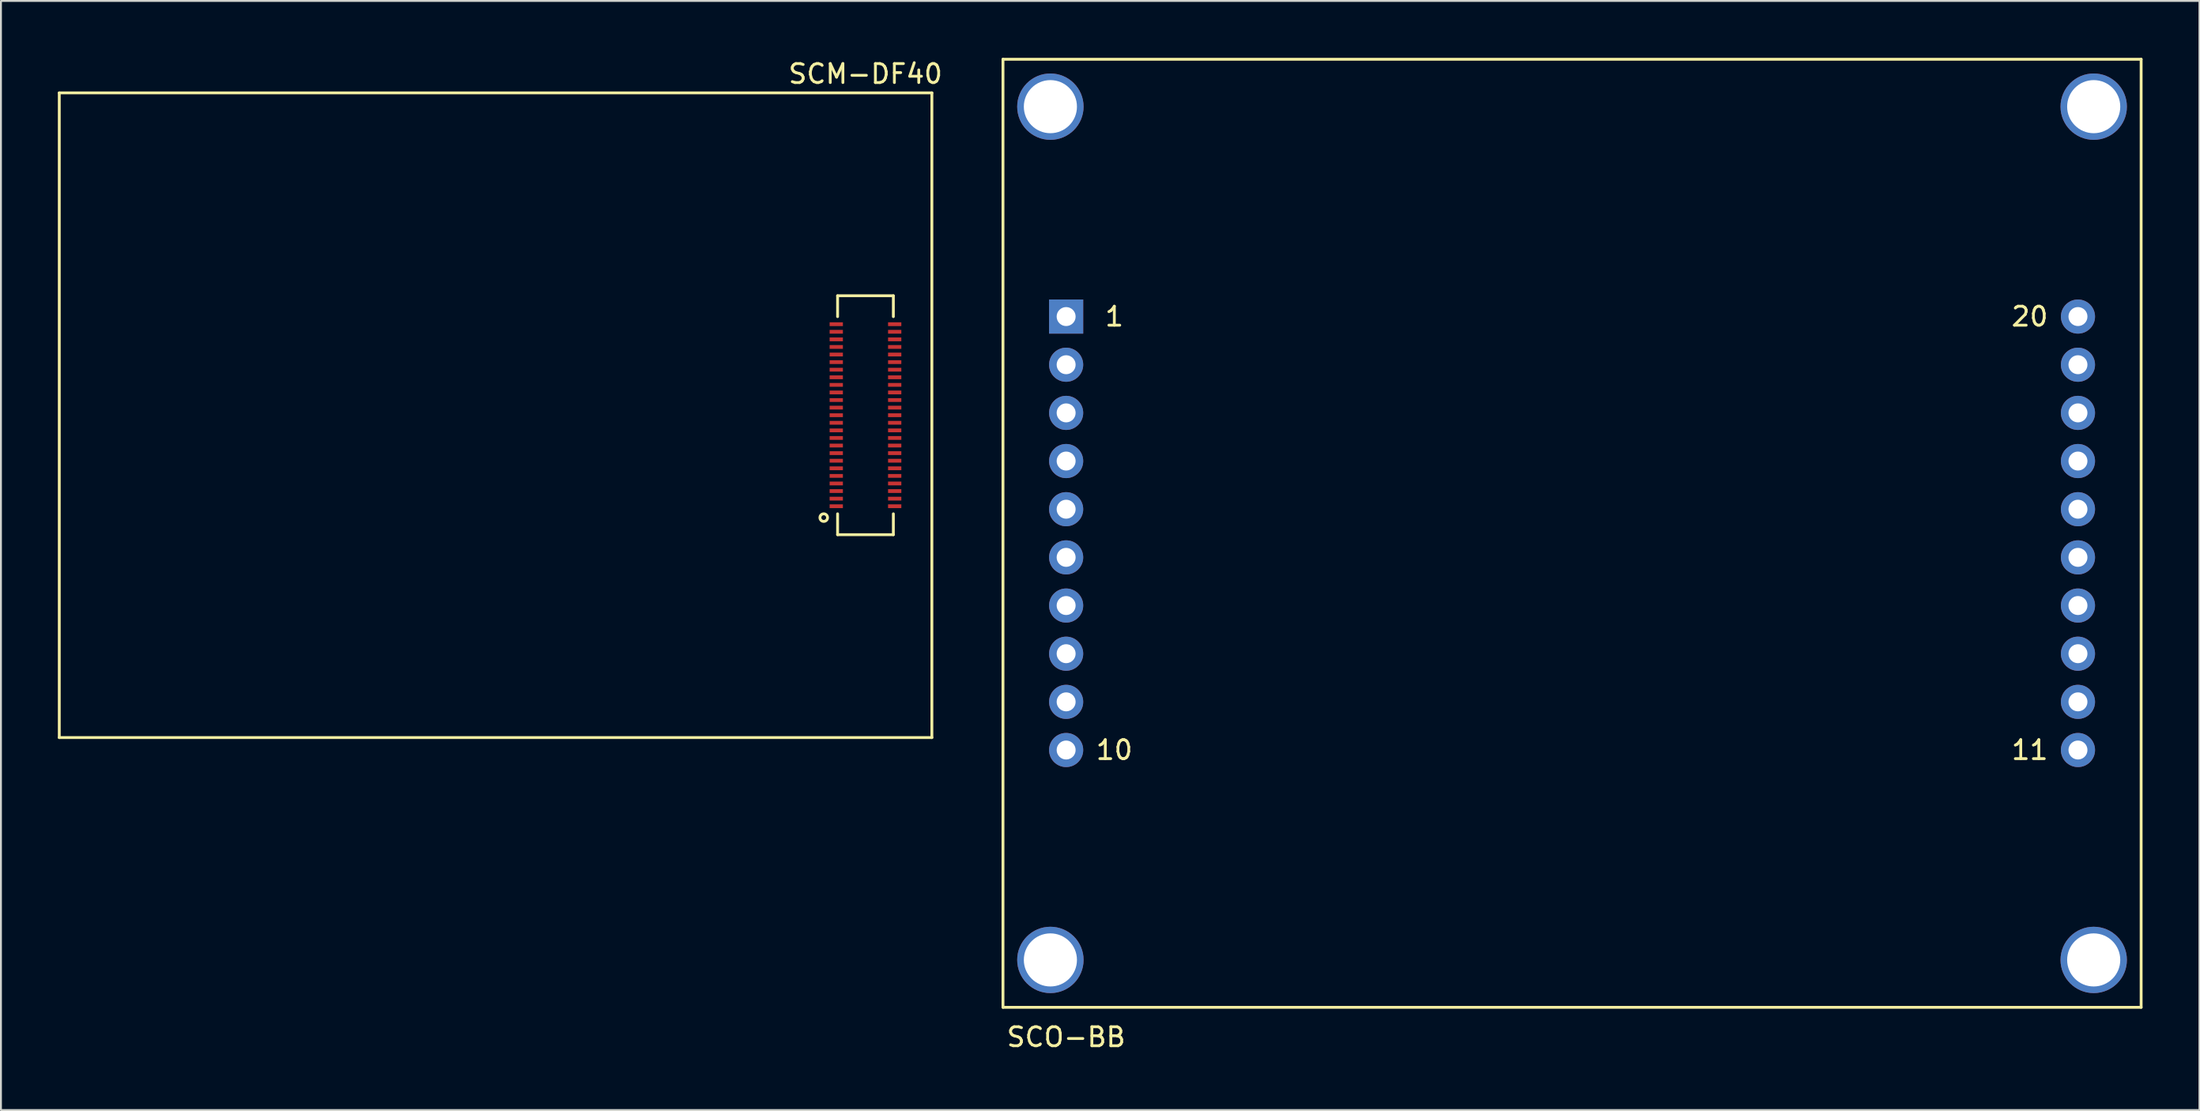
<source format=kicad_pcb>
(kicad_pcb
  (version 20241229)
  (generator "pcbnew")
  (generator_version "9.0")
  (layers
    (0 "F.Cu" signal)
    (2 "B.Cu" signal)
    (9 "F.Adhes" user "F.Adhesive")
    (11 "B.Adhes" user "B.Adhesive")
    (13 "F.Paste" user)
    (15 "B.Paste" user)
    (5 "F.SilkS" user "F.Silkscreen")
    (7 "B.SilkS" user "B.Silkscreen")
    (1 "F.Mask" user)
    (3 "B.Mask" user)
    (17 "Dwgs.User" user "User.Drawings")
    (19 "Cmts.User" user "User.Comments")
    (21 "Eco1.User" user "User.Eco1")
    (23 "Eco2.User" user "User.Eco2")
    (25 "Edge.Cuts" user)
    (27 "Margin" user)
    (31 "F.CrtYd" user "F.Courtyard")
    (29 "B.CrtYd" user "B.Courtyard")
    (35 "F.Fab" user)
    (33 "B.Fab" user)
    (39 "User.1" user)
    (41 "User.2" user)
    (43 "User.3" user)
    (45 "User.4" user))
  (footprint "SCM-DF40"
    (layer "F.Cu")
    (at 42.575 18.848)
    (property "Reference" "SCM-DF40" (at 0 -18 0) (layer "F.SilkS") (effects (font (size 1 1) (thickness 0.15))))
    (attr through_hole)
    (fp_line (start -42.5 -17) (end 3.5 -17) (stroke (width 0.15) (type solid)) (layer "F.SilkS"))
    (fp_line (start -42.5 17) (end -42.5 -17) (stroke (width 0.15) (type solid)) (layer "F.SilkS"))
    (fp_line (start -1.47 -6.3) (end 1.47 -6.3) (stroke (width 0.15) (type solid)) (layer "F.SilkS"))
    (fp_line (start -1.47 -5.2) (end -1.47 -6.3) (stroke (width 0.15) (type solid)) (layer "F.SilkS"))
    (fp_line (start -1.47 6.3) (end -1.47 5.2) (stroke (width 0.15) (type solid)) (layer "F.SilkS"))
    (fp_line (start -1.47 6.3) (end 1.47 6.3) (stroke (width 0.15) (type solid)) (layer "F.SilkS"))
    (fp_line (start 1.47 -5.2) (end 1.47 -6.3) (stroke (width 0.15) (type solid)) (layer "F.SilkS"))
    (fp_line (start 1.47 6.3) (end 1.47 5.2) (stroke (width 0.15) (type solid)) (layer "F.SilkS"))
    (fp_line (start 3.5 17) (end -42.5 17) (stroke (width 0.15) (type solid)) (layer "F.SilkS"))
    (fp_line (start 3.5 17) (end 3.5 -17) (stroke (width 0.15) (type solid)) (layer "F.SilkS"))
    (fp_circle (center -2.2 5.4) (end -2 5.4) (stroke (width 0.15) (type solid)) (fill no) (layer "F.SilkS"))
    (pad "1" smd rect (at -1.54 4.8) (size 0.7 0.2) (layers "F.Cu" "F.Mask" "F.Paste"))
    (pad "2" smd rect (at -1.54 4.4) (size 0.7 0.2) (layers "F.Cu" "F.Mask" "F.Paste"))
    (pad "3" smd rect (at -1.54 4) (size 0.7 0.2) (layers "F.Cu" "F.Mask" "F.Paste"))
    (pad "4" smd rect (at -1.54 3.6) (size 0.7 0.2) (layers "F.Cu" "F.Mask" "F.Paste"))
    (pad "5" smd rect (at -1.54 3.2) (size 0.7 0.2) (layers "F.Cu" "F.Mask" "F.Paste"))
    (pad "6" smd rect (at -1.54 2.8) (size 0.7 0.2) (layers "F.Cu" "F.Mask" "F.Paste"))
    (pad "7" smd rect (at -1.54 2.4) (size 0.7 0.2) (layers "F.Cu" "F.Mask" "F.Paste"))
    (pad "8" smd rect (at -1.54 2) (size 0.7 0.2) (layers "F.Cu" "F.Mask" "F.Paste"))
    (pad "9" smd rect (at -1.54 1.6) (size 0.7 0.2) (layers "F.Cu" "F.Mask" "F.Paste"))
    (pad "10" smd rect (at -1.54 1.2) (size 0.7 0.2) (layers "F.Cu" "F.Mask" "F.Paste"))
    (pad "11" smd rect (at -1.54 0.8) (size 0.7 0.2) (layers "F.Cu" "F.Mask" "F.Paste"))
    (pad "12" smd rect (at -1.54 0.4) (size 0.7 0.2) (layers "F.Cu" "F.Mask" "F.Paste"))
    (pad "13" smd rect (at -1.54 0) (size 0.7 0.2) (layers "F.Cu" "F.Mask" "F.Paste"))
    (pad "14" smd rect (at -1.54 -0.4) (size 0.7 0.2) (layers "F.Cu" "F.Mask" "F.Paste"))
    (pad "15" smd rect (at -1.54 -0.8) (size 0.7 0.2) (layers "F.Cu" "F.Mask" "F.Paste"))
    (pad "16" smd rect (at -1.54 -1.2) (size 0.7 0.2) (layers "F.Cu" "F.Mask" "F.Paste"))
    (pad "17" smd rect (at -1.54 -1.6) (size 0.7 0.2) (layers "F.Cu" "F.Mask" "F.Paste"))
    (pad "18" smd rect (at -1.54 -2) (size 0.7 0.2) (layers "F.Cu" "F.Mask" "F.Paste"))
    (pad "19" smd rect (at -1.54 -2.4) (size 0.7 0.2) (layers "F.Cu" "F.Mask" "F.Paste"))
    (pad "20" smd rect (at -1.54 -2.8) (size 0.7 0.2) (layers "F.Cu" "F.Mask" "F.Paste"))
    (pad "21" smd rect (at -1.54 -3.2) (size 0.7 0.2) (layers "F.Cu" "F.Mask" "F.Paste"))
    (pad "22" smd rect (at -1.54 -3.6) (size 0.7 0.2) (layers "F.Cu" "F.Mask" "F.Paste"))
    (pad "23" smd rect (at -1.54 -4) (size 0.7 0.2) (layers "F.Cu" "F.Mask" "F.Paste"))
    (pad "24" smd rect (at -1.54 -4.4) (size 0.7 0.2) (layers "F.Cu" "F.Mask" "F.Paste"))
    (pad "25" smd rect (at -1.54 -4.8) (size 0.7 0.2) (layers "F.Cu" "F.Mask" "F.Paste"))
    (pad "26" smd rect (at 1.54 -4.8) (size 0.7 0.2) (layers "F.Cu" "F.Mask" "F.Paste"))
    (pad "27" smd rect (at 1.54 -4.4) (size 0.7 0.2) (layers "F.Cu" "F.Mask" "F.Paste"))
    (pad "28" smd rect (at 1.54 -4) (size 0.7 0.2) (layers "F.Cu" "F.Mask" "F.Paste"))
    (pad "29" smd rect (at 1.54 -3.6) (size 0.7 0.2) (layers "F.Cu" "F.Mask" "F.Paste"))
    (pad "30" smd rect (at 1.54 -3.2) (size 0.7 0.2) (layers "F.Cu" "F.Mask" "F.Paste"))
    (pad "31" smd rect (at 1.54 -2.8) (size 0.7 0.2) (layers "F.Cu" "F.Mask" "F.Paste"))
    (pad "32" smd rect (at 1.54 -2.4) (size 0.7 0.2) (layers "F.Cu" "F.Mask" "F.Paste"))
    (pad "33" smd rect (at 1.54 -2) (size 0.7 0.2) (layers "F.Cu" "F.Mask" "F.Paste"))
    (pad "34" smd rect (at 1.54 -1.6) (size 0.7 0.2) (layers "F.Cu" "F.Mask" "F.Paste"))
    (pad "35" smd rect (at 1.54 -1.2) (size 0.7 0.2) (layers "F.Cu" "F.Mask" "F.Paste"))
    (pad "36" smd rect (at 1.54 -0.8) (size 0.7 0.2) (layers "F.Cu" "F.Mask" "F.Paste"))
    (pad "37" smd rect (at 1.54 -0.4) (size 0.7 0.2) (layers "F.Cu" "F.Mask" "F.Paste"))
    (pad "38" smd rect (at 1.54 0) (size 0.7 0.2) (layers "F.Cu" "F.Mask" "F.Paste"))
    (pad "39" smd rect (at 1.54 0.4) (size 0.7 0.2) (layers "F.Cu" "F.Mask" "F.Paste"))
    (pad "40" smd rect (at 1.54 0.8) (size 0.7 0.2) (layers "F.Cu" "F.Mask" "F.Paste"))
    (pad "41" smd rect (at 1.54 1.2) (size 0.7 0.2) (layers "F.Cu" "F.Mask" "F.Paste"))
    (pad "42" smd rect (at 1.54 1.6) (size 0.7 0.2) (layers "F.Cu" "F.Mask" "F.Paste"))
    (pad "43" smd rect (at 1.54 2) (size 0.7 0.2) (layers "F.Cu" "F.Mask" "F.Paste"))
    (pad "44" smd rect (at 1.54 2.4) (size 0.7 0.2) (layers "F.Cu" "F.Mask" "F.Paste"))
    (pad "45" smd rect (at 1.54 2.8) (size 0.7 0.2) (layers "F.Cu" "F.Mask" "F.Paste"))
    (pad "46" smd rect (at 1.54 3.2) (size 0.7 0.2) (layers "F.Cu" "F.Mask" "F.Paste"))
    (pad "47" smd rect (at 1.54 3.6) (size 0.7 0.2) (layers "F.Cu" "F.Mask" "F.Paste"))
    (pad "48" smd rect (at 1.54 4) (size 0.7 0.2) (layers "F.Cu" "F.Mask" "F.Paste"))
    (pad "49" smd rect (at 1.54 4.4) (size 0.7 0.2) (layers "F.Cu" "F.Mask" "F.Paste"))
    (pad "50" smd rect (at 1.54 4.8) (size 0.7 0.2) (layers "F.Cu" "F.Mask" "F.Paste")))
  (footprint "SCO-BB"
    (layer "F.Cu")
    (at 53.153 13.645)
    (property "Reference" "SCO-BB" (at 0 38 0) (layer "F.SilkS") (effects (font (size 1 1) (thickness 0.15))))
    (attr through_hole)
    (fp_line (start -3.33 -13.57) (end 56.67 -13.57) (stroke (width 0.15) (type solid)) (layer "F.SilkS"))
    (fp_line (start -3.33 36.43) (end -3.33 -13.57) (stroke (width 0.15) (type solid)) (layer "F.SilkS"))
    (fp_line (start -3.33 36.43) (end 56.67 36.43) (stroke (width 0.15) (type solid)) (layer "F.SilkS"))
    (fp_line (start 56.67 36.43) (end 56.67 -13.57) (stroke (width 0.15) (type solid)) (layer "F.SilkS"))
    (fp_text user "10" (at 2.54 22.86 0) (layer "F.SilkS") (effects (font (size 1 1) (thickness 0.15))))
    (fp_text user "11" (at 50.8 22.86 0) (layer "F.SilkS") (effects (font (size 1 1) (thickness 0.15))))
    (fp_text user "1" (at 2.54 0 0) (layer "F.SilkS") (effects (font (size 1 1) (thickness 0.15))))
    (fp_text user "20" (at 50.8 0 0) (layer "F.SilkS") (effects (font (size 1 1) (thickness 0.15))))
    (pad "" np_thru_hole circle (at -0.83 -11.07) (size 3.5 3.5) (drill 2.8) (layers "*.Cu" "*.Mask"))
    (pad "" np_thru_hole circle (at -0.83 33.93) (size 3.5 3.5) (drill 2.8) (layers "*.Cu" "*.Mask"))
    (pad "" np_thru_hole circle (at 54.17 -11.07) (size 3.5 3.5) (drill 2.8) (layers "*.Cu" "*.Mask"))
    (pad "" np_thru_hole circle (at 54.17 33.93) (size 3.5 3.5) (drill 2.8) (layers "*.Cu" "*.Mask"))
    (pad "1" thru_hole rect (at 0 0) (size 1.8 1.8) (drill 1) (layers "*.Cu" "*.Mask"))
    (pad "2" thru_hole circle (at 0 2.54) (size 1.8 1.8) (drill 1) (layers "*.Cu" "*.Mask"))
    (pad "3" thru_hole circle (at 0 5.08) (size 1.8 1.8) (drill 1) (layers "*.Cu" "*.Mask"))
    (pad "4" thru_hole circle (at 0 7.62) (size 1.8 1.8) (drill 1) (layers "*.Cu" "*.Mask"))
    (pad "5" thru_hole circle (at 0 10.16) (size 1.8 1.8) (drill 1) (layers "*.Cu" "*.Mask"))
    (pad "6" thru_hole circle (at 0 12.7) (size 1.8 1.8) (drill 1) (layers "*.Cu" "*.Mask"))
    (pad "7" thru_hole circle (at 0 15.24) (size 1.8 1.8) (drill 1) (layers "*.Cu" "*.Mask"))
    (pad "8" thru_hole circle (at 0 17.78) (size 1.8 1.8) (drill 1) (layers "*.Cu" "*.Mask"))
    (pad "9" thru_hole circle (at 0 20.32) (size 1.8 1.8) (drill 1) (layers "*.Cu" "*.Mask"))
    (pad "10" thru_hole circle (at 0 22.86) (size 1.8 1.8) (drill 1) (layers "*.Cu" "*.Mask"))
    (pad "11" thru_hole circle (at 53.34 22.86) (size 1.8 1.8) (drill 1) (layers "*.Cu" "*.Mask"))
    (pad "12" thru_hole circle (at 53.34 20.32) (size 1.8 1.8) (drill 1) (layers "*.Cu" "*.Mask"))
    (pad "13" thru_hole circle (at 53.34 17.78) (size 1.8 1.8) (drill 1) (layers "*.Cu" "*.Mask"))
    (pad "14" thru_hole circle (at 53.34 15.24) (size 1.8 1.8) (drill 1) (layers "*.Cu" "*.Mask"))
    (pad "15" thru_hole circle (at 53.34 12.7) (size 1.8 1.8) (drill 1) (layers "*.Cu" "*.Mask"))
    (pad "16" thru_hole circle (at 53.34 10.16) (size 1.8 1.8) (drill 1) (layers "*.Cu" "*.Mask"))
    (pad "17" thru_hole circle (at 53.34 7.62) (size 1.8 1.8) (drill 1) (layers "*.Cu" "*.Mask"))
    (pad "18" thru_hole circle (at 53.34 5.08) (size 1.8 1.8) (drill 1) (layers "*.Cu" "*.Mask"))
    (pad "19" thru_hole circle (at 53.34 2.54) (size 1.8 1.8) (drill 1) (layers "*.Cu" "*.Mask"))
    (pad "20" thru_hole circle (at 53.34 0) (size 1.8 1.8) (drill 1) (layers "*.Cu" "*.Mask")))
  (gr_rect
    (start -3 -3)
    (end 112.898 55.493)
    (stroke (width 0.1) (type default))
    (fill no)
    (layer "Edge.Cuts")))
</source>
